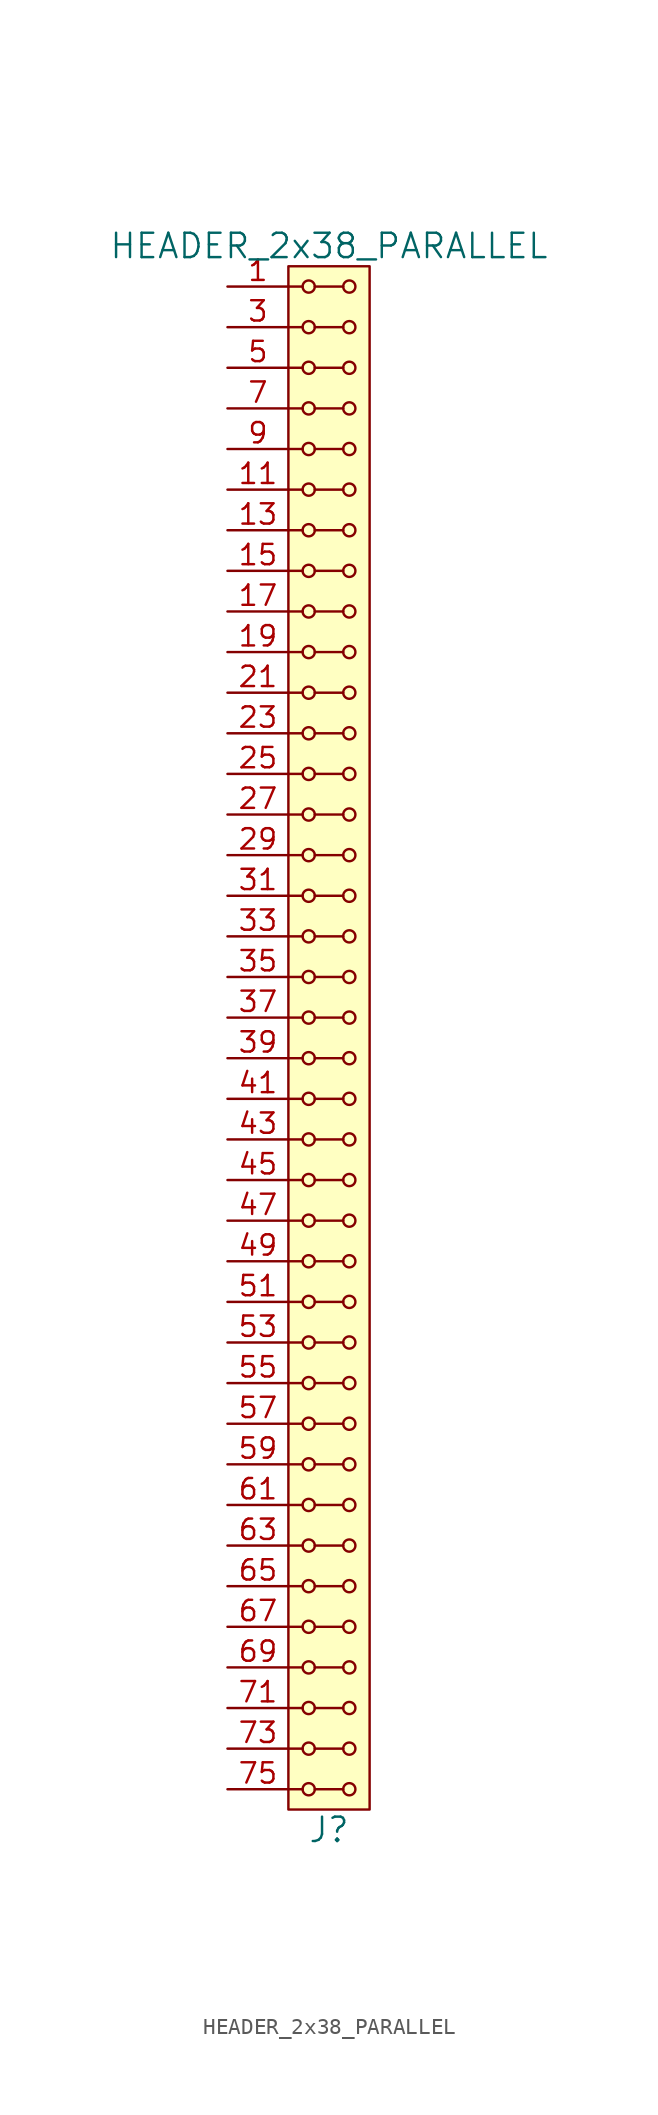
<source format=kicad_sym>
(kicad_symbol_lib
  (version 20211014)
  (generator kicad_symbol_editor)
  (symbol "HEADER_2x38_PARALLEL"
    (pin_names
      (offset 1.016))
    (property "Reference" "J"
      (at 0 -49.53 0)
      (effects (font (size 1.524 1.524))))
    (property "Value" "HEADER_2x38_PARALLEL"
      (at 0 49.53 0)
      (effects (font (size 1.524 1.524))))
    (property "Footprint" ""
      (at 0 46.99 0)
      (effects (font (size 1.524 1.524))))
    (property "Datasheet" ""
      (at 0 46.99 0)
      (effects (font (size 1.524 1.524))))
    (symbol "HEADER_2x38_PARALLEL_0_1"
      (rectangle (start -2.54 48.26) (end 2.54 -48.26) (stroke (width 0) (type default) (color 0 0 0 0)) (fill (type background)))
      (circle (center -1.27 -46.99) (radius 0.381) (stroke (width 0) (type default) (color 0 0 0 0)) (fill (type none)))
      (circle (center -1.27 -44.45) (radius 0.381) (stroke (width 0) (type default) (color 0 0 0 0)) (fill (type none)))
      (circle (center -1.27 -41.91) (radius 0.381) (stroke (width 0) (type default) (color 0 0 0 0)) (fill (type none)))
      (circle (center -1.27 -39.37) (radius 0.381) (stroke (width 0) (type default) (color 0 0 0 0)) (fill (type none)))
      (circle (center -1.27 -36.83) (radius 0.381) (stroke (width 0) (type default) (color 0 0 0 0)) (fill (type none)))
      (circle (center -1.27 -34.29) (radius 0.381) (stroke (width 0) (type default) (color 0 0 0 0)) (fill (type none)))
      (circle (center -1.27 -31.75) (radius 0.381) (stroke (width 0) (type default) (color 0 0 0 0)) (fill (type none)))
      (circle (center -1.27 -29.21) (radius 0.381) (stroke (width 0) (type default) (color 0 0 0 0)) (fill (type none)))
      (circle (center -1.27 -26.67) (radius 0.381) (stroke (width 0) (type default) (color 0 0 0 0)) (fill (type none)))
      (circle (center -1.27 -24.13) (radius 0.381) (stroke (width 0) (type default) (color 0 0 0 0)) (fill (type none)))
      (circle (center -1.27 -21.59) (radius 0.381) (stroke (width 0) (type default) (color 0 0 0 0)) (fill (type none)))
      (circle (center -1.27 -19.05) (radius 0.381) (stroke (width 0) (type default) (color 0 0 0 0)) (fill (type none)))
      (circle (center -1.27 -16.51) (radius 0.381) (stroke (width 0) (type default) (color 0 0 0 0)) (fill (type none)))
      (circle (center -1.27 -13.97) (radius 0.381) (stroke (width 0) (type default) (color 0 0 0 0)) (fill (type none)))
      (circle (center -1.27 -11.43) (radius 0.381) (stroke (width 0) (type default) (color 0 0 0 0)) (fill (type none)))
      (circle (center -1.27 -8.89) (radius 0.381) (stroke (width 0) (type default) (color 0 0 0 0)) (fill (type none)))
      (circle (center -1.27 -6.35) (radius 0.381) (stroke (width 0) (type default) (color 0 0 0 0)) (fill (type none)))
      (circle (center -1.27 -3.81) (radius 0.381) (stroke (width 0) (type default) (color 0 0 0 0)) (fill (type none)))
      (circle (center -1.27 -1.27) (radius 0.381) (stroke (width 0) (type default) (color 0 0 0 0)) (fill (type none)))
      (circle (center -1.27 1.27) (radius 0.381) (stroke (width 0) (type default) (color 0 0 0 0)) (fill (type none)))
      (circle (center -1.27 3.81) (radius 0.381) (stroke (width 0) (type default) (color 0 0 0 0)) (fill (type none)))
      (circle (center -1.27 6.35) (radius 0.381) (stroke (width 0) (type default) (color 0 0 0 0)) (fill (type none)))
      (circle (center -1.27 8.89) (radius 0.381) (stroke (width 0) (type default) (color 0 0 0 0)) (fill (type none)))
      (circle (center -1.27 11.43) (radius 0.381) (stroke (width 0) (type default) (color 0 0 0 0)) (fill (type none)))
      (circle (center -1.27 13.97) (radius 0.381) (stroke (width 0) (type default) (color 0 0 0 0)) (fill (type none)))
      (circle (center -1.27 16.51) (radius 0.381) (stroke (width 0) (type default) (color 0 0 0 0)) (fill (type none)))
      (circle (center -1.27 19.05) (radius 0.381) (stroke (width 0) (type default) (color 0 0 0 0)) (fill (type none)))
      (circle (center -1.27 21.59) (radius 0.381) (stroke (width 0) (type default) (color 0 0 0 0)) (fill (type none)))
      (circle (center -1.27 24.13) (radius 0.381) (stroke (width 0) (type default) (color 0 0 0 0)) (fill (type none)))
      (circle (center -1.27 26.67) (radius 0.381) (stroke (width 0) (type default) (color 0 0 0 0)) (fill (type none)))
      (circle (center -1.27 29.21) (radius 0.381) (stroke (width 0) (type default) (color 0 0 0 0)) (fill (type none)))
      (circle (center -1.27 31.75) (radius 0.381) (stroke (width 0) (type default) (color 0 0 0 0)) (fill (type none)))
      (circle (center -1.27 34.29) (radius 0.381) (stroke (width 0) (type default) (color 0 0 0 0)) (fill (type none)))
      (circle (center -1.27 36.83) (radius 0.381) (stroke (width 0) (type default) (color 0 0 0 0)) (fill (type none)))
      (circle (center -1.27 39.37) (radius 0.381) (stroke (width 0) (type default) (color 0 0 0 0)) (fill (type none)))
      (circle (center -1.27 41.91) (radius 0.381) (stroke (width 0) (type default) (color 0 0 0 0)) (fill (type none)))
      (circle (center -1.27 44.45) (radius 0.381) (stroke (width 0) (type default) (color 0 0 0 0)) (fill (type none)))
      (circle (center -1.27 46.99) (radius 0.381) (stroke (width 0) (type default) (color 0 0 0 0)) (fill (type none)))
      (polyline (pts (xy -1.651 -46.99) (xy -2.54 -46.99)) (stroke (width 0) (type default) (color 0 0 0 0)) (fill (type none)))
      (polyline (pts (xy -1.651 -44.45) (xy -2.54 -44.45)) (stroke (width 0) (type default) (color 0 0 0 0)) (fill (type none)))
      (polyline (pts (xy -1.651 -41.91) (xy -2.54 -41.91)) (stroke (width 0) (type default) (color 0 0 0 0)) (fill (type none)))
      (polyline (pts (xy -1.651 -39.37) (xy -2.54 -39.37)) (stroke (width 0) (type default) (color 0 0 0 0)) (fill (type none)))
      (polyline (pts (xy -1.651 -36.83) (xy -2.54 -36.83)) (stroke (width 0) (type default) (color 0 0 0 0)) (fill (type none)))
      (polyline (pts (xy -1.651 -34.29) (xy -2.54 -34.29)) (stroke (width 0) (type default) (color 0 0 0 0)) (fill (type none)))
      (polyline (pts (xy -1.651 -31.75) (xy -2.54 -31.75)) (stroke (width 0) (type default) (color 0 0 0 0)) (fill (type none)))
      (polyline (pts (xy -1.651 -29.21) (xy -2.54 -29.21)) (stroke (width 0) (type default) (color 0 0 0 0)) (fill (type none)))
      (polyline (pts (xy -1.651 -26.67) (xy -2.54 -26.67)) (stroke (width 0) (type default) (color 0 0 0 0)) (fill (type none)))
      (polyline (pts (xy -1.651 -24.13) (xy -2.54 -24.13)) (stroke (width 0) (type default) (color 0 0 0 0)) (fill (type none)))
      (polyline (pts (xy -1.651 -21.59) (xy -2.54 -21.59)) (stroke (width 0) (type default) (color 0 0 0 0)) (fill (type none)))
      (polyline (pts (xy -1.651 -19.05) (xy -2.54 -19.05)) (stroke (width 0) (type default) (color 0 0 0 0)) (fill (type none)))
      (polyline (pts (xy -1.651 -16.51) (xy -2.54 -16.51)) (stroke (width 0) (type default) (color 0 0 0 0)) (fill (type none)))
      (polyline (pts (xy -1.651 -13.97) (xy -2.54 -13.97)) (stroke (width 0) (type default) (color 0 0 0 0)) (fill (type none)))
      (polyline (pts (xy -1.651 -11.43) (xy -2.54 -11.43)) (stroke (width 0) (type default) (color 0 0 0 0)) (fill (type none)))
      (polyline (pts (xy -1.651 -8.89) (xy -2.54 -8.89)) (stroke (width 0) (type default) (color 0 0 0 0)) (fill (type none)))
      (polyline (pts (xy -1.651 -6.35) (xy -2.54 -6.35)) (stroke (width 0) (type default) (color 0 0 0 0)) (fill (type none)))
      (polyline (pts (xy -1.651 -3.81) (xy -2.54 -3.81)) (stroke (width 0) (type default) (color 0 0 0 0)) (fill (type none)))
      (polyline (pts (xy -1.651 -1.27) (xy -2.54 -1.27)) (stroke (width 0) (type default) (color 0 0 0 0)) (fill (type none)))
      (polyline (pts (xy -1.651 1.27) (xy -2.54 1.27)) (stroke (width 0) (type default) (color 0 0 0 0)) (fill (type none)))
      (polyline (pts (xy -1.651 3.81) (xy -2.54 3.81)) (stroke (width 0) (type default) (color 0 0 0 0)) (fill (type none)))
      (polyline (pts (xy -1.651 6.35) (xy -2.54 6.35)) (stroke (width 0) (type default) (color 0 0 0 0)) (fill (type none)))
      (polyline (pts (xy -1.651 8.89) (xy -2.54 8.89)) (stroke (width 0) (type default) (color 0 0 0 0)) (fill (type none)))
      (polyline (pts (xy -1.651 11.43) (xy -2.54 11.43)) (stroke (width 0) (type default) (color 0 0 0 0)) (fill (type none)))
      (polyline (pts (xy -1.651 13.97) (xy -2.54 13.97)) (stroke (width 0) (type default) (color 0 0 0 0)) (fill (type none)))
      (polyline (pts (xy -1.651 16.51) (xy -2.54 16.51)) (stroke (width 0) (type default) (color 0 0 0 0)) (fill (type none)))
      (polyline (pts (xy -1.651 19.05) (xy -2.54 19.05)) (stroke (width 0) (type default) (color 0 0 0 0)) (fill (type none)))
      (polyline (pts (xy -1.651 21.59) (xy -2.54 21.59)) (stroke (width 0) (type default) (color 0 0 0 0)) (fill (type none)))
      (polyline (pts (xy -1.651 24.13) (xy -2.54 24.13)) (stroke (width 0) (type default) (color 0 0 0 0)) (fill (type none)))
      (polyline (pts (xy -1.651 26.67) (xy -2.54 26.67)) (stroke (width 0) (type default) (color 0 0 0 0)) (fill (type none)))
      (polyline (pts (xy -1.651 29.21) (xy -2.54 29.21)) (stroke (width 0) (type default) (color 0 0 0 0)) (fill (type none)))
      (polyline (pts (xy -1.651 31.75) (xy -2.54 31.75)) (stroke (width 0) (type default) (color 0 0 0 0)) (fill (type none)))
      (polyline (pts (xy -1.651 34.29) (xy -2.54 34.29)) (stroke (width 0) (type default) (color 0 0 0 0)) (fill (type none)))
      (polyline (pts (xy -1.651 36.83) (xy -2.54 36.83)) (stroke (width 0) (type default) (color 0 0 0 0)) (fill (type none)))
      (polyline (pts (xy -1.651 39.37) (xy -2.54 39.37)) (stroke (width 0) (type default) (color 0 0 0 0)) (fill (type none)))
      (polyline (pts (xy -1.651 41.91) (xy -2.54 41.91)) (stroke (width 0) (type default) (color 0 0 0 0)) (fill (type none)))
      (polyline (pts (xy -1.651 44.45) (xy -2.54 44.45)) (stroke (width 0) (type default) (color 0 0 0 0)) (fill (type none)))
      (polyline (pts (xy -1.651 46.99) (xy -2.54 46.99)) (stroke (width 0) (type default) (color 0 0 0 0)) (fill (type none)))
      (polyline (pts (xy -0.889 -46.99) (xy 0.889 -46.99)) (stroke (width 0) (type default) (color 0 0 0 0)) (fill (type none)))
      (polyline (pts (xy -0.889 -44.45) (xy 0.889 -44.45)) (stroke (width 0) (type default) (color 0 0 0 0)) (fill (type none)))
      (polyline (pts (xy -0.889 -41.91) (xy 0.889 -41.91)) (stroke (width 0) (type default) (color 0 0 0 0)) (fill (type none)))
      (polyline (pts (xy -0.889 -39.37) (xy 0.889 -39.37)) (stroke (width 0) (type default) (color 0 0 0 0)) (fill (type none)))
      (polyline (pts (xy -0.889 -36.83) (xy 0.889 -36.83)) (stroke (width 0) (type default) (color 0 0 0 0)) (fill (type none)))
      (polyline (pts (xy -0.889 -34.29) (xy 0.889 -34.29)) (stroke (width 0) (type default) (color 0 0 0 0)) (fill (type none)))
      (polyline (pts (xy -0.889 -31.75) (xy 0.889 -31.75)) (stroke (width 0) (type default) (color 0 0 0 0)) (fill (type none)))
      (polyline (pts (xy -0.889 -29.21) (xy 0.889 -29.21)) (stroke (width 0) (type default) (color 0 0 0 0)) (fill (type none)))
      (polyline (pts (xy -0.889 -26.67) (xy 0.889 -26.67)) (stroke (width 0) (type default) (color 0 0 0 0)) (fill (type none)))
      (polyline (pts (xy -0.889 -24.13) (xy 0.889 -24.13)) (stroke (width 0) (type default) (color 0 0 0 0)) (fill (type none)))
      (polyline (pts (xy -0.889 -21.59) (xy 0.889 -21.59)) (stroke (width 0) (type default) (color 0 0 0 0)) (fill (type none)))
      (polyline (pts (xy -0.889 -19.05) (xy 0.889 -19.05)) (stroke (width 0) (type default) (color 0 0 0 0)) (fill (type none)))
      (polyline (pts (xy -0.889 -16.51) (xy 0.889 -16.51)) (stroke (width 0) (type default) (color 0 0 0 0)) (fill (type none)))
      (polyline (pts (xy -0.889 -13.97) (xy 0.889 -13.97)) (stroke (width 0) (type default) (color 0 0 0 0)) (fill (type none)))
      (polyline (pts (xy -0.889 -11.43) (xy 0.889 -11.43)) (stroke (width 0) (type default) (color 0 0 0 0)) (fill (type none)))
      (polyline (pts (xy -0.889 -8.89) (xy 0.889 -8.89)) (stroke (width 0) (type default) (color 0 0 0 0)) (fill (type none)))
      (polyline (pts (xy -0.889 -6.35) (xy 0.889 -6.35)) (stroke (width 0) (type default) (color 0 0 0 0)) (fill (type none)))
      (polyline (pts (xy -0.889 -3.81) (xy 0.889 -3.81)) (stroke (width 0) (type default) (color 0 0 0 0)) (fill (type none)))
      (polyline (pts (xy -0.889 -1.27) (xy 0.889 -1.27)) (stroke (width 0) (type default) (color 0 0 0 0)) (fill (type none)))
      (polyline (pts (xy -0.889 1.27) (xy 0.889 1.27)) (stroke (width 0) (type default) (color 0 0 0 0)) (fill (type none)))
      (polyline (pts (xy -0.889 3.81) (xy 0.889 3.81)) (stroke (width 0) (type default) (color 0 0 0 0)) (fill (type none)))
      (polyline (pts (xy -0.889 6.35) (xy 0.889 6.35)) (stroke (width 0) (type default) (color 0 0 0 0)) (fill (type none)))
      (polyline (pts (xy -0.889 8.89) (xy 0.889 8.89)) (stroke (width 0) (type default) (color 0 0 0 0)) (fill (type none)))
      (polyline (pts (xy -0.889 11.43) (xy 0.889 11.43)) (stroke (width 0) (type default) (color 0 0 0 0)) (fill (type none)))
      (polyline (pts (xy -0.889 13.97) (xy 0.889 13.97)) (stroke (width 0) (type default) (color 0 0 0 0)) (fill (type none)))
      (polyline (pts (xy -0.889 16.51) (xy 0.889 16.51)) (stroke (width 0) (type default) (color 0 0 0 0)) (fill (type none)))
      (polyline (pts (xy -0.889 19.05) (xy 0.889 19.05)) (stroke (width 0) (type default) (color 0 0 0 0)) (fill (type none)))
      (polyline (pts (xy -0.889 21.59) (xy 0.889 21.59)) (stroke (width 0) (type default) (color 0 0 0 0)) (fill (type none)))
      (polyline (pts (xy -0.889 24.13) (xy 0.889 24.13)) (stroke (width 0) (type default) (color 0 0 0 0)) (fill (type none)))
      (polyline (pts (xy -0.889 26.67) (xy 0.889 26.67)) (stroke (width 0) (type default) (color 0 0 0 0)) (fill (type none)))
      (polyline (pts (xy -0.889 29.21) (xy 0.889 29.21)) (stroke (width 0) (type default) (color 0 0 0 0)) (fill (type none)))
      (polyline (pts (xy -0.889 31.75) (xy 0.889 31.75)) (stroke (width 0) (type default) (color 0 0 0 0)) (fill (type none)))
      (polyline (pts (xy -0.889 34.29) (xy 0.889 34.29)) (stroke (width 0) (type default) (color 0 0 0 0)) (fill (type none)))
      (polyline (pts (xy -0.889 36.83) (xy 0.889 36.83)) (stroke (width 0) (type default) (color 0 0 0 0)) (fill (type none)))
      (polyline (pts (xy -0.889 39.37) (xy 0.889 39.37)) (stroke (width 0) (type default) (color 0 0 0 0)) (fill (type none)))
      (polyline (pts (xy -0.889 41.91) (xy 0.889 41.91)) (stroke (width 0) (type default) (color 0 0 0 0)) (fill (type none)))
      (polyline (pts (xy -0.889 44.45) (xy 0.889 44.45)) (stroke (width 0) (type default) (color 0 0 0 0)) (fill (type none)))
      (polyline (pts (xy -0.889 46.99) (xy 0.889 46.99)) (stroke (width 0) (type default) (color 0 0 0 0)) (fill (type none)))
      (circle (center 1.27 -46.99) (radius 0.381) (stroke (width 0) (type default) (color 0 0 0 0)) (fill (type none)))
      (circle (center 1.27 -44.45) (radius 0.381) (stroke (width 0) (type default) (color 0 0 0 0)) (fill (type none)))
      (circle (center 1.27 -41.91) (radius 0.381) (stroke (width 0) (type default) (color 0 0 0 0)) (fill (type none)))
      (circle (center 1.27 -39.37) (radius 0.381) (stroke (width 0) (type default) (color 0 0 0 0)) (fill (type none)))
      (circle (center 1.27 -36.83) (radius 0.381) (stroke (width 0) (type default) (color 0 0 0 0)) (fill (type none)))
      (circle (center 1.27 -34.29) (radius 0.381) (stroke (width 0) (type default) (color 0 0 0 0)) (fill (type none)))
      (circle (center 1.27 -31.75) (radius 0.381) (stroke (width 0) (type default) (color 0 0 0 0)) (fill (type none)))
      (circle (center 1.27 -29.21) (radius 0.381) (stroke (width 0) (type default) (color 0 0 0 0)) (fill (type none)))
      (circle (center 1.27 -26.67) (radius 0.381) (stroke (width 0) (type default) (color 0 0 0 0)) (fill (type none)))
      (circle (center 1.27 -24.13) (radius 0.381) (stroke (width 0) (type default) (color 0 0 0 0)) (fill (type none)))
      (circle (center 1.27 -21.59) (radius 0.381) (stroke (width 0) (type default) (color 0 0 0 0)) (fill (type none)))
      (circle (center 1.27 -19.05) (radius 0.381) (stroke (width 0) (type default) (color 0 0 0 0)) (fill (type none)))
      (circle (center 1.27 -16.51) (radius 0.381) (stroke (width 0) (type default) (color 0 0 0 0)) (fill (type none)))
      (circle (center 1.27 -13.97) (radius 0.381) (stroke (width 0) (type default) (color 0 0 0 0)) (fill (type none)))
      (circle (center 1.27 -11.43) (radius 0.381) (stroke (width 0) (type default) (color 0 0 0 0)) (fill (type none)))
      (circle (center 1.27 -8.89) (radius 0.381) (stroke (width 0) (type default) (color 0 0 0 0)) (fill (type none)))
      (circle (center 1.27 -6.35) (radius 0.381) (stroke (width 0) (type default) (color 0 0 0 0)) (fill (type none)))
      (circle (center 1.27 -3.81) (radius 0.381) (stroke (width 0) (type default) (color 0 0 0 0)) (fill (type none)))
      (circle (center 1.27 -1.27) (radius 0.381) (stroke (width 0) (type default) (color 0 0 0 0)) (fill (type none)))
      (circle (center 1.27 1.27) (radius 0.381) (stroke (width 0) (type default) (color 0 0 0 0)) (fill (type none)))
      (circle (center 1.27 3.81) (radius 0.381) (stroke (width 0) (type default) (color 0 0 0 0)) (fill (type none)))
      (circle (center 1.27 6.35) (radius 0.381) (stroke (width 0) (type default) (color 0 0 0 0)) (fill (type none)))
      (circle (center 1.27 8.89) (radius 0.381) (stroke (width 0) (type default) (color 0 0 0 0)) (fill (type none)))
      (circle (center 1.27 11.43) (radius 0.381) (stroke (width 0) (type default) (color 0 0 0 0)) (fill (type none)))
      (circle (center 1.27 13.97) (radius 0.381) (stroke (width 0) (type default) (color 0 0 0 0)) (fill (type none)))
      (circle (center 1.27 16.51) (radius 0.381) (stroke (width 0) (type default) (color 0 0 0 0)) (fill (type none)))
      (circle (center 1.27 19.05) (radius 0.381) (stroke (width 0) (type default) (color 0 0 0 0)) (fill (type none)))
      (circle (center 1.27 21.59) (radius 0.381) (stroke (width 0) (type default) (color 0 0 0 0)) (fill (type none)))
      (circle (center 1.27 24.13) (radius 0.381) (stroke (width 0) (type default) (color 0 0 0 0)) (fill (type none)))
      (circle (center 1.27 26.67) (radius 0.381) (stroke (width 0) (type default) (color 0 0 0 0)) (fill (type none)))
      (circle (center 1.27 29.21) (radius 0.381) (stroke (width 0) (type default) (color 0 0 0 0)) (fill (type none)))
      (circle (center 1.27 31.75) (radius 0.381) (stroke (width 0) (type default) (color 0 0 0 0)) (fill (type none)))
      (circle (center 1.27 34.29) (radius 0.381) (stroke (width 0) (type default) (color 0 0 0 0)) (fill (type none)))
      (circle (center 1.27 36.83) (radius 0.381) (stroke (width 0) (type default) (color 0 0 0 0)) (fill (type none)))
      (circle (center 1.27 39.37) (radius 0.381) (stroke (width 0) (type default) (color 0 0 0 0)) (fill (type none)))
      (circle (center 1.27 41.91) (radius 0.381) (stroke (width 0) (type default) (color 0 0 0 0)) (fill (type none)))
      (circle (center 1.27 44.45) (radius 0.381) (stroke (width 0) (type default) (color 0 0 0 0)) (fill (type none)))
      (circle (center 1.27 46.99) (radius 0.381) (stroke (width 0) (type default) (color 0 0 0 0)) (fill (type none))))
    (symbol "HEADER_2x38_PARALLEL_1_1"
      (pin input line (at -6.35 46.99 0) (length 3.81) (name "~" (effects (font (size 1.27 1.27)))) (number "1" (effects (font (size 1.27 1.27)))))
      (pin input line (at -6.35 36.83 0) (length 3.81) hide (name "~" (effects (font (size 1.27 1.27)))) (number "10" (effects (font (size 1.27 1.27)))))
      (pin input line (at -6.35 34.29 0) (length 3.81) (name "~" (effects (font (size 1.27 1.27)))) (number "11" (effects (font (size 1.27 1.27)))))
      (pin input line (at -6.35 34.29 0) (length 3.81) hide (name "~" (effects (font (size 1.27 1.27)))) (number "12" (effects (font (size 1.27 1.27)))))
      (pin input line (at -6.35 31.75 0) (length 3.81) (name "~" (effects (font (size 1.27 1.27)))) (number "13" (effects (font (size 1.27 1.27)))))
      (pin input line (at -6.35 31.75 0) (length 3.81) hide (name "~" (effects (font (size 1.27 1.27)))) (number "14" (effects (font (size 1.27 1.27)))))
      (pin input line (at -6.35 29.21 0) (length 3.81) (name "~" (effects (font (size 1.27 1.27)))) (number "15" (effects (font (size 1.27 1.27)))))
      (pin input line (at -6.35 29.21 0) (length 3.81) hide (name "~" (effects (font (size 1.27 1.27)))) (number "16" (effects (font (size 1.27 1.27)))))
      (pin input line (at -6.35 26.67 0) (length 3.81) (name "~" (effects (font (size 1.27 1.27)))) (number "17" (effects (font (size 1.27 1.27)))))
      (pin input line (at -6.35 26.67 0) (length 3.81) hide (name "~" (effects (font (size 1.27 1.27)))) (number "18" (effects (font (size 1.27 1.27)))))
      (pin input line (at -6.35 24.13 0) (length 3.81) (name "~" (effects (font (size 1.27 1.27)))) (number "19" (effects (font (size 1.27 1.27)))))
      (pin input line (at -6.35 46.99 0) (length 3.81) hide (name "~" (effects (font (size 1.27 1.27)))) (number "2" (effects (font (size 1.27 1.27)))))
      (pin input line (at -6.35 24.13 0) (length 3.81) hide (name "~" (effects (font (size 1.27 1.27)))) (number "20" (effects (font (size 1.27 1.27)))))
      (pin input line (at -6.35 21.59 0) (length 3.81) (name "~" (effects (font (size 1.27 1.27)))) (number "21" (effects (font (size 1.27 1.27)))))
      (pin input line (at -6.35 21.59 0) (length 3.81) hide (name "~" (effects (font (size 1.27 1.27)))) (number "22" (effects (font (size 1.27 1.27)))))
      (pin input line (at -6.35 19.05 0) (length 3.81) (name "~" (effects (font (size 1.27 1.27)))) (number "23" (effects (font (size 1.27 1.27)))))
      (pin input line (at -6.35 19.05 0) (length 3.81) hide (name "~" (effects (font (size 1.27 1.27)))) (number "24" (effects (font (size 1.27 1.27)))))
      (pin input line (at -6.35 16.51 0) (length 3.81) (name "~" (effects (font (size 1.27 1.27)))) (number "25" (effects (font (size 1.27 1.27)))))
      (pin input line (at -6.35 16.51 0) (length 3.81) hide (name "~" (effects (font (size 1.27 1.27)))) (number "26" (effects (font (size 1.27 1.27)))))
      (pin input line (at -6.35 13.97 0) (length 3.81) (name "~" (effects (font (size 1.27 1.27)))) (number "27" (effects (font (size 1.27 1.27)))))
      (pin input line (at -6.35 13.97 0) (length 3.81) hide (name "~" (effects (font (size 1.27 1.27)))) (number "28" (effects (font (size 1.27 1.27)))))
      (pin input line (at -6.35 11.43 0) (length 3.81) (name "~" (effects (font (size 1.27 1.27)))) (number "29" (effects (font (size 1.27 1.27)))))
      (pin input line (at -6.35 44.45 0) (length 3.81) (name "~" (effects (font (size 1.27 1.27)))) (number "3" (effects (font (size 1.27 1.27)))))
      (pin input line (at -6.35 11.43 0) (length 3.81) hide (name "~" (effects (font (size 1.27 1.27)))) (number "30" (effects (font (size 1.27 1.27)))))
      (pin input line (at -6.35 8.89 0) (length 3.81) (name "~" (effects (font (size 1.27 1.27)))) (number "31" (effects (font (size 1.27 1.27)))))
      (pin input line (at -6.35 8.89 0) (length 3.81) hide (name "~" (effects (font (size 1.27 1.27)))) (number "32" (effects (font (size 1.27 1.27)))))
      (pin input line (at -6.35 6.35 0) (length 3.81) (name "~" (effects (font (size 1.27 1.27)))) (number "33" (effects (font (size 1.27 1.27)))))
      (pin input line (at -6.35 6.35 0) (length 3.81) hide (name "~" (effects (font (size 1.27 1.27)))) (number "34" (effects (font (size 1.27 1.27)))))
      (pin input line (at -6.35 3.81 0) (length 3.81) (name "~" (effects (font (size 1.27 1.27)))) (number "35" (effects (font (size 1.27 1.27)))))
      (pin input line (at -6.35 3.81 0) (length 3.81) hide (name "~" (effects (font (size 1.27 1.27)))) (number "36" (effects (font (size 1.27 1.27)))))
      (pin input line (at -6.35 1.27 0) (length 3.81) (name "~" (effects (font (size 1.27 1.27)))) (number "37" (effects (font (size 1.27 1.27)))))
      (pin input line (at -6.35 1.27 0) (length 3.81) hide (name "~" (effects (font (size 1.27 1.27)))) (number "38" (effects (font (size 1.27 1.27)))))
      (pin input line (at -6.35 -1.27 0) (length 3.81) (name "~" (effects (font (size 1.27 1.27)))) (number "39" (effects (font (size 1.27 1.27)))))
      (pin input line (at -6.35 44.45 0) (length 3.81) hide (name "~" (effects (font (size 1.27 1.27)))) (number "4" (effects (font (size 1.27 1.27)))))
      (pin input line (at -6.35 -1.27 0) (length 3.81) hide (name "~" (effects (font (size 1.27 1.27)))) (number "40" (effects (font (size 1.27 1.27)))))
      (pin input line (at -6.35 -3.81 0) (length 3.81) (name "~" (effects (font (size 1.27 1.27)))) (number "41" (effects (font (size 1.27 1.27)))))
      (pin input line (at -6.35 -3.81 0) (length 3.81) hide (name "~" (effects (font (size 1.27 1.27)))) (number "42" (effects (font (size 1.27 1.27)))))
      (pin input line (at -6.35 -6.35 0) (length 3.81) (name "~" (effects (font (size 1.27 1.27)))) (number "43" (effects (font (size 1.27 1.27)))))
      (pin input line (at -6.35 -6.35 0) (length 3.81) hide (name "~" (effects (font (size 1.27 1.27)))) (number "44" (effects (font (size 1.27 1.27)))))
      (pin input line (at -6.35 -8.89 0) (length 3.81) (name "~" (effects (font (size 1.27 1.27)))) (number "45" (effects (font (size 1.27 1.27)))))
      (pin input line (at -6.35 -8.89 0) (length 3.81) hide (name "~" (effects (font (size 1.27 1.27)))) (number "46" (effects (font (size 1.27 1.27)))))
      (pin input line (at -6.35 -11.43 0) (length 3.81) (name "~" (effects (font (size 1.27 1.27)))) (number "47" (effects (font (size 1.27 1.27)))))
      (pin input line (at -6.35 -11.43 0) (length 3.81) hide (name "~" (effects (font (size 1.27 1.27)))) (number "48" (effects (font (size 1.27 1.27)))))
      (pin input line (at -6.35 -13.97 0) (length 3.81) (name "~" (effects (font (size 1.27 1.27)))) (number "49" (effects (font (size 1.27 1.27)))))
      (pin input line (at -6.35 41.91 0) (length 3.81) (name "~" (effects (font (size 1.27 1.27)))) (number "5" (effects (font (size 1.27 1.27)))))
      (pin input line (at -6.35 -13.97 0) (length 3.81) hide (name "~" (effects (font (size 1.27 1.27)))) (number "50" (effects (font (size 1.27 1.27)))))
      (pin input line (at -6.35 -16.51 0) (length 3.81) (name "~" (effects (font (size 1.27 1.27)))) (number "51" (effects (font (size 1.27 1.27)))))
      (pin input line (at -6.35 -16.51 0) (length 3.81) hide (name "~" (effects (font (size 1.27 1.27)))) (number "52" (effects (font (size 1.27 1.27)))))
      (pin input line (at -6.35 -19.05 0) (length 3.81) (name "~" (effects (font (size 1.27 1.27)))) (number "53" (effects (font (size 1.27 1.27)))))
      (pin input line (at -6.35 -19.05 0) (length 3.81) hide (name "~" (effects (font (size 1.27 1.27)))) (number "54" (effects (font (size 1.27 1.27)))))
      (pin input line (at -6.35 -21.59 0) (length 3.81) (name "~" (effects (font (size 1.27 1.27)))) (number "55" (effects (font (size 1.27 1.27)))))
      (pin input line (at -6.35 -21.59 0) (length 3.81) hide (name "~" (effects (font (size 1.27 1.27)))) (number "56" (effects (font (size 1.27 1.27)))))
      (pin input line (at -6.35 -24.13 0) (length 3.81) (name "~" (effects (font (size 1.27 1.27)))) (number "57" (effects (font (size 1.27 1.27)))))
      (pin input line (at -6.35 -24.13 0) (length 3.81) hide (name "~" (effects (font (size 1.27 1.27)))) (number "58" (effects (font (size 1.27 1.27)))))
      (pin input line (at -6.35 -26.67 0) (length 3.81) (name "~" (effects (font (size 1.27 1.27)))) (number "59" (effects (font (size 1.27 1.27)))))
      (pin input line (at -6.35 41.91 0) (length 3.81) hide (name "~" (effects (font (size 1.27 1.27)))) (number "6" (effects (font (size 1.27 1.27)))))
      (pin input line (at -6.35 -26.67 0) (length 3.81) hide (name "~" (effects (font (size 1.27 1.27)))) (number "60" (effects (font (size 1.27 1.27)))))
      (pin input line (at -6.35 -29.21 0) (length 3.81) (name "~" (effects (font (size 1.27 1.27)))) (number "61" (effects (font (size 1.27 1.27)))))
      (pin input line (at -6.35 -29.21 0) (length 3.81) hide (name "~" (effects (font (size 1.27 1.27)))) (number "62" (effects (font (size 1.27 1.27)))))
      (pin input line (at -6.35 -31.75 0) (length 3.81) (name "~" (effects (font (size 1.27 1.27)))) (number "63" (effects (font (size 1.27 1.27)))))
      (pin input line (at -6.35 -31.75 0) (length 3.81) hide (name "~" (effects (font (size 1.27 1.27)))) (number "64" (effects (font (size 1.27 1.27)))))
      (pin input line (at -6.35 -34.29 0) (length 3.81) (name "~" (effects (font (size 1.27 1.27)))) (number "65" (effects (font (size 1.27 1.27)))))
      (pin input line (at -6.35 -34.29 0) (length 3.81) hide (name "~" (effects (font (size 1.27 1.27)))) (number "66" (effects (font (size 1.27 1.27)))))
      (pin input line (at -6.35 -36.83 0) (length 3.81) (name "~" (effects (font (size 1.27 1.27)))) (number "67" (effects (font (size 1.27 1.27)))))
      (pin input line (at -6.35 -36.83 0) (length 3.81) hide (name "~" (effects (font (size 1.27 1.27)))) (number "68" (effects (font (size 1.27 1.27)))))
      (pin input line (at -6.35 -39.37 0) (length 3.81) (name "~" (effects (font (size 1.27 1.27)))) (number "69" (effects (font (size 1.27 1.27)))))
      (pin input line (at -6.35 39.37 0) (length 3.81) (name "~" (effects (font (size 1.27 1.27)))) (number "7" (effects (font (size 1.27 1.27)))))
      (pin input line (at -6.35 -39.37 0) (length 3.81) hide (name "~" (effects (font (size 1.27 1.27)))) (number "70" (effects (font (size 1.27 1.27)))))
      (pin input line (at -6.35 -41.91 0) (length 3.81) (name "~" (effects (font (size 1.27 1.27)))) (number "71" (effects (font (size 1.27 1.27)))))
      (pin input line (at -6.35 -41.91 0) (length 3.81) hide (name "~" (effects (font (size 1.27 1.27)))) (number "72" (effects (font (size 1.27 1.27)))))
      (pin input line (at -6.35 -44.45 0) (length 3.81) (name "~" (effects (font (size 1.27 1.27)))) (number "73" (effects (font (size 1.27 1.27)))))
      (pin input line (at -6.35 -44.45 0) (length 3.81) hide (name "~" (effects (font (size 1.27 1.27)))) (number "74" (effects (font (size 1.27 1.27)))))
      (pin input line (at -6.35 -46.99 0) (length 3.81) (name "~" (effects (font (size 1.27 1.27)))) (number "75" (effects (font (size 1.27 1.27)))))
      (pin input line (at -6.35 -46.99 0) (length 3.81) hide (name "~" (effects (font (size 1.27 1.27)))) (number "76" (effects (font (size 1.27 1.27)))))
      (pin input line (at -6.35 39.37 0) (length 3.81) hide (name "~" (effects (font (size 1.27 1.27)))) (number "8" (effects (font (size 1.27 1.27)))))
      (pin input line (at -6.35 36.83 0) (length 3.81) (name "~" (effects (font (size 1.27 1.27)))) (number "9" (effects (font (size 1.27 1.27))))))))
</source>
